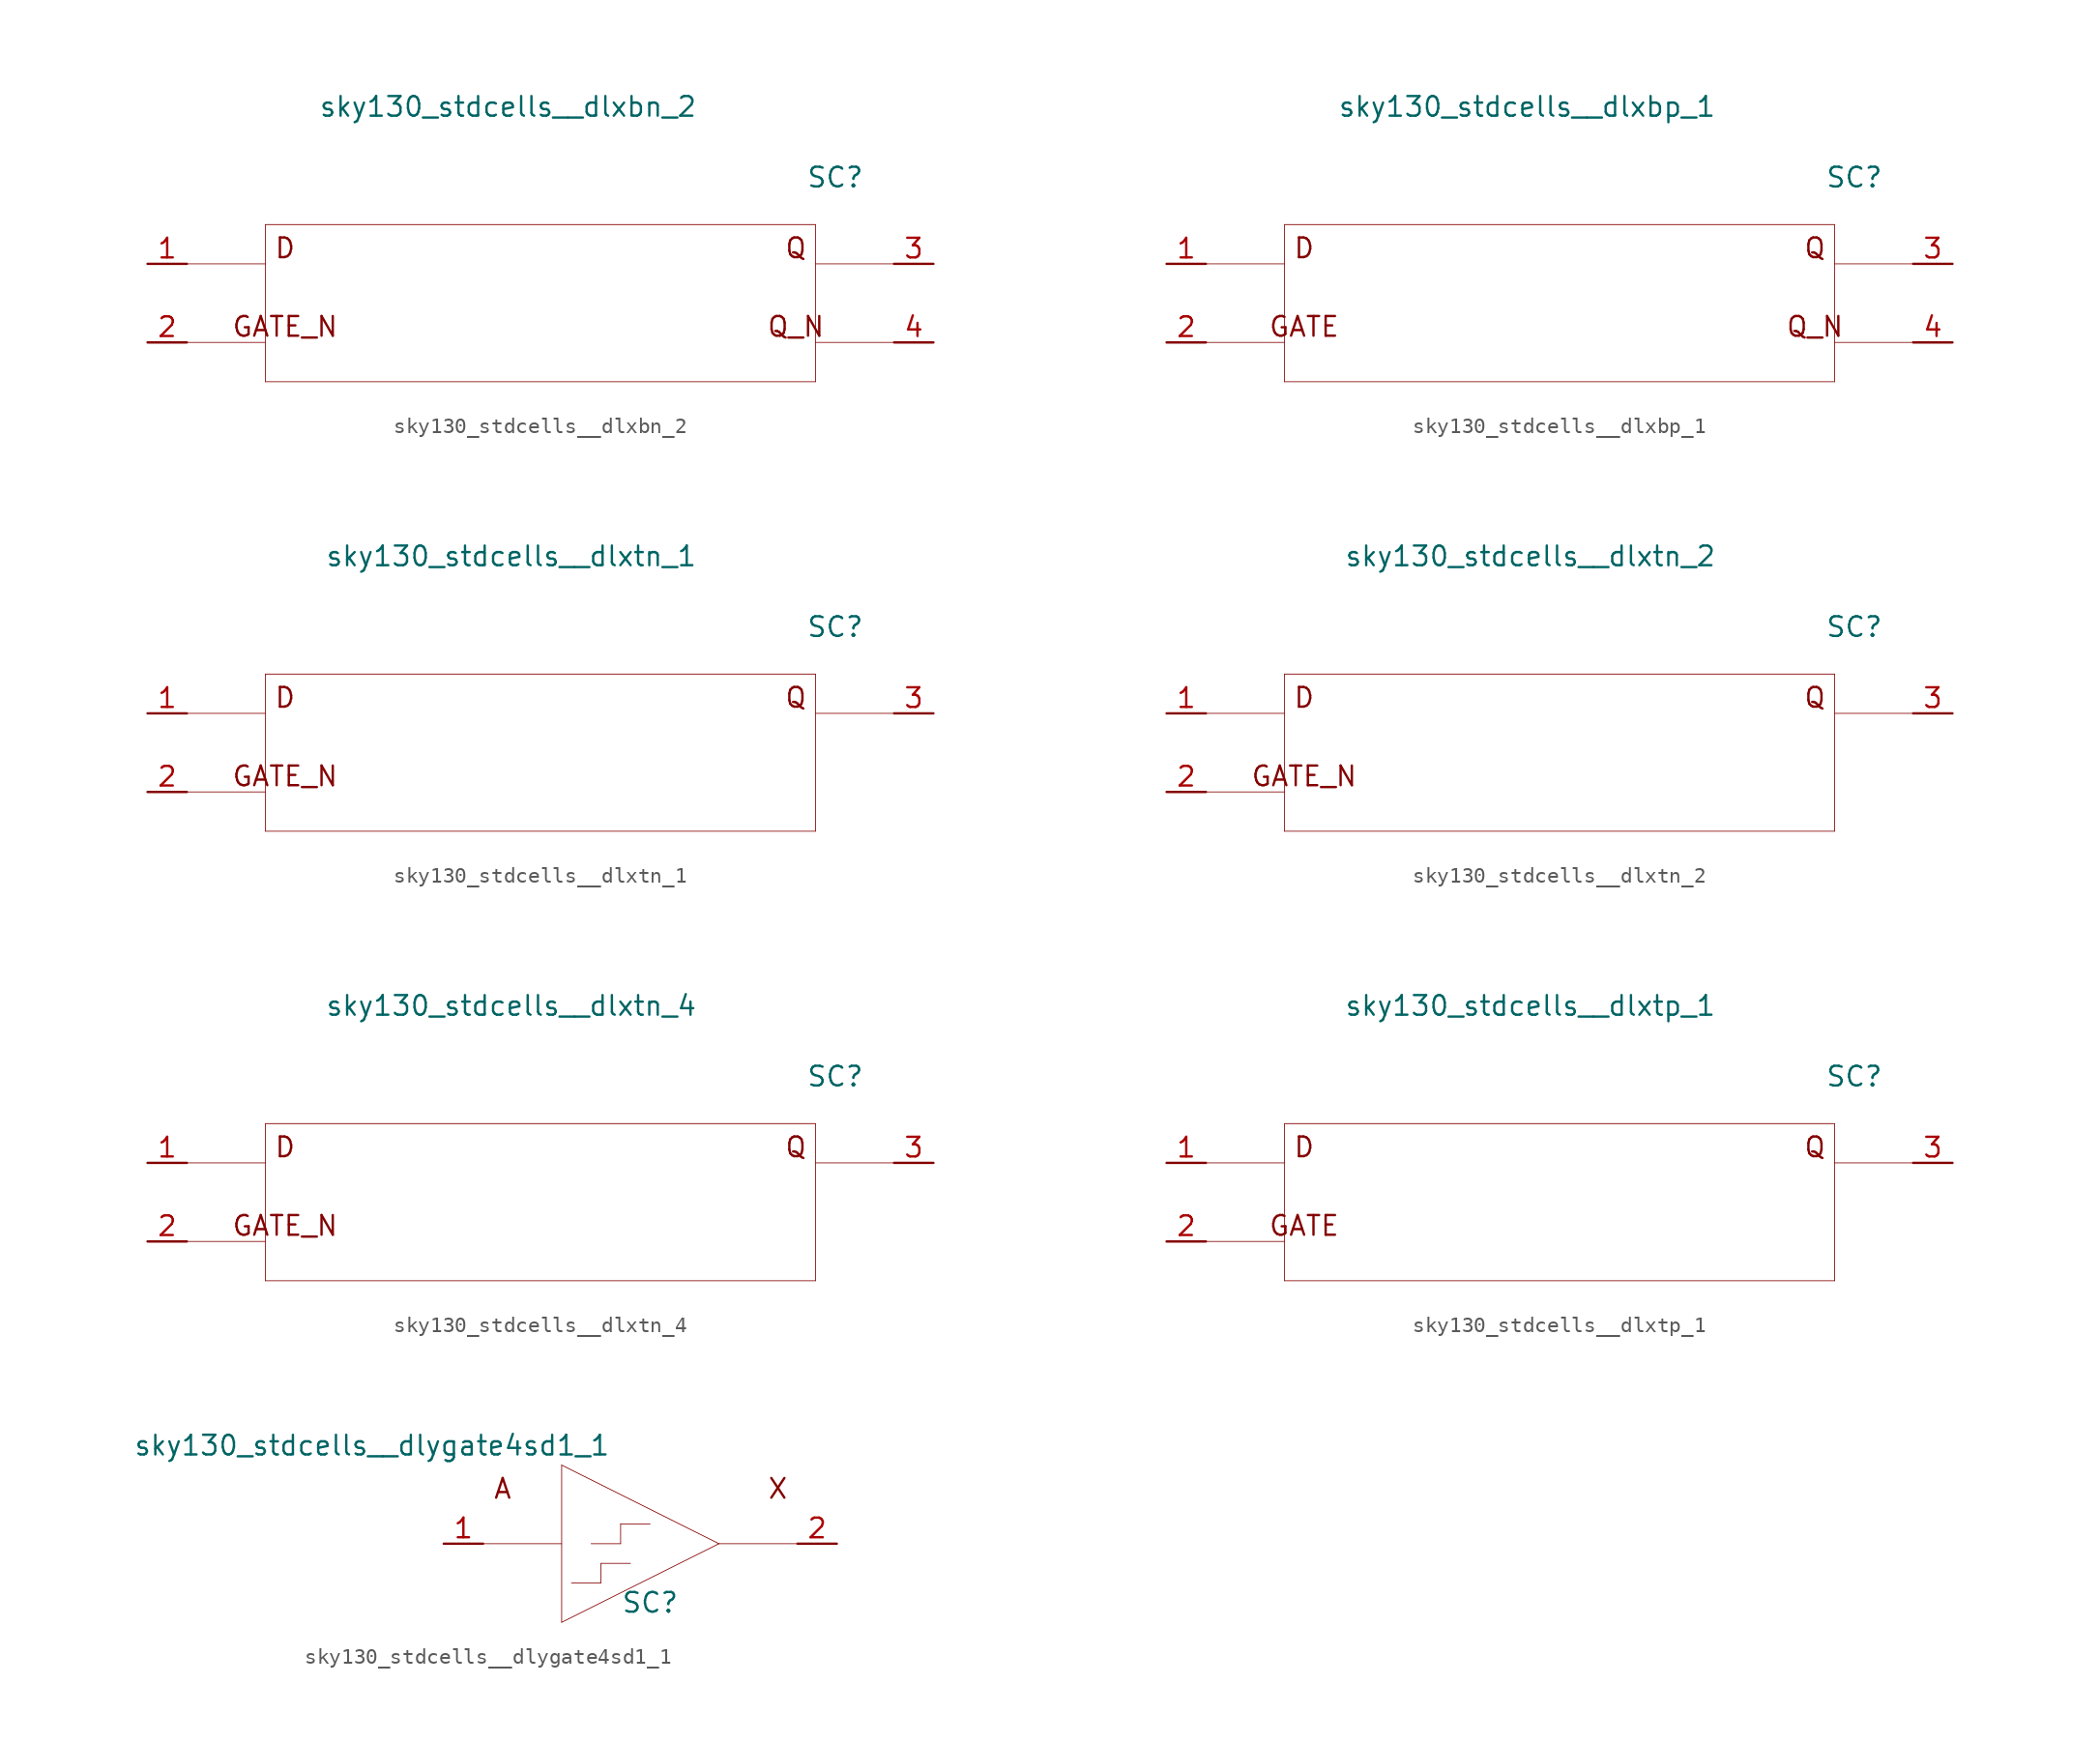
<source format=kicad_sym>
(kicad_symbol_lib
  (version 20211014)
  (generator kicad_symbol_editor)
  (symbol "sky130_stdcells__dlxbn_2"
    (pin_names hide)
    (property "Reference" "SC"
      (at 19.05 8.128 0)
      (effects (font (size 1.27 1.27))))
    (property "Value" "sky130_stdcells__dlxbn_2"
      (at 10.16 12.7 0)
      (effects (font (size 1.27 1.27)) (justify right)))
    (symbol "sky130_stdcells__dlxbn_2_0_0"
      (polyline (pts (xy -22.86 -2.54) (xy -17.78 -2.54)) (stroke (width 0.051) (type default) (color 0 0 0 0)) (fill (type none)))
      (polyline (pts (xy -22.86 2.54) (xy -17.78 2.54)) (stroke (width 0.051) (type default) (color 0 0 0 0)) (fill (type none)))
      (polyline (pts (xy -17.78 -5.08) (xy 17.78 -5.08)) (stroke (width 0.051) (type default) (color 0 0 0 0)) (fill (type none)))
      (polyline (pts (xy -17.78 5.08) (xy -17.78 -5.08)) (stroke (width 0.051) (type default) (color 0 0 0 0)) (fill (type none)))
      (polyline (pts (xy -17.78 5.08) (xy 17.78 5.08)) (stroke (width 0.051) (type default) (color 0 0 0 0)) (fill (type none)))
      (polyline (pts (xy 17.78 -2.54) (xy 22.86 -2.54)) (stroke (width 0.051) (type default) (color 0 0 0 0)) (fill (type none)))
      (polyline (pts (xy 17.78 2.54) (xy 22.86 2.54)) (stroke (width 0.051) (type default) (color 0 0 0 0)) (fill (type none)))
      (polyline (pts (xy 17.78 5.08) (xy 17.78 -5.08)) (stroke (width 0.051) (type default) (color 0 0 0 0)) (fill (type none)))
      (text "D" (at -16.51 3.556 0) (effects (font (size 1.27 1.27))))
      (text "GATE_N" (at -16.51 -1.524 0) (effects (font (size 1.27 1.27))))
      (text "Q" (at 16.51 3.556 0) (effects (font (size 1.27 1.27))))
      (text "Q_N" (at 16.51 -1.524 0) (effects (font (size 1.27 1.27)))))
    (symbol "sky130_stdcells__dlxbn_2_1_1"
      (pin input line (at -25.4 2.54 0) (length 2.54) (name "D" (effects (font (size 1.092 1.092)))) (number "1" (effects (font (size 1.27 1.27)))))
      (pin input line (at -25.4 -2.54 0) (length 2.54) (name "GATE_N" (effects (font (size 1.092 1.092)))) (number "2" (effects (font (size 1.27 1.27)))))
      (pin output line (at 25.4 2.54 180) (length 2.54) (name "Q" (effects (font (size 1.092 1.092)))) (number "3" (effects (font (size 1.27 1.27)))))
      (pin output line (at 25.4 -2.54 180) (length 2.54) (name "Q_N" (effects (font (size 1.092 1.092)))) (number "4" (effects (font (size 1.27 1.27)))))))
  (symbol "sky130_stdcells__dlxbp_1"
    (pin_names hide)
    (property "Reference" "SC"
      (at 19.05 8.128 0)
      (effects (font (size 1.27 1.27))))
    (property "Value" "sky130_stdcells__dlxbp_1"
      (at 10.16 12.7 0)
      (effects (font (size 1.27 1.27)) (justify right)))
    (symbol "sky130_stdcells__dlxbp_1_0_0"
      (polyline (pts (xy -22.86 -2.54) (xy -17.78 -2.54)) (stroke (width 0.051) (type default) (color 0 0 0 0)) (fill (type none)))
      (polyline (pts (xy -22.86 2.54) (xy -17.78 2.54)) (stroke (width 0.051) (type default) (color 0 0 0 0)) (fill (type none)))
      (polyline (pts (xy -17.78 -5.08) (xy 17.78 -5.08)) (stroke (width 0.051) (type default) (color 0 0 0 0)) (fill (type none)))
      (polyline (pts (xy -17.78 5.08) (xy -17.78 -5.08)) (stroke (width 0.051) (type default) (color 0 0 0 0)) (fill (type none)))
      (polyline (pts (xy -17.78 5.08) (xy 17.78 5.08)) (stroke (width 0.051) (type default) (color 0 0 0 0)) (fill (type none)))
      (polyline (pts (xy 17.78 -2.54) (xy 22.86 -2.54)) (stroke (width 0.051) (type default) (color 0 0 0 0)) (fill (type none)))
      (polyline (pts (xy 17.78 2.54) (xy 22.86 2.54)) (stroke (width 0.051) (type default) (color 0 0 0 0)) (fill (type none)))
      (polyline (pts (xy 17.78 5.08) (xy 17.78 -5.08)) (stroke (width 0.051) (type default) (color 0 0 0 0)) (fill (type none)))
      (text "D" (at -16.51 3.556 0) (effects (font (size 1.27 1.27))))
      (text "GATE" (at -16.51 -1.524 0) (effects (font (size 1.27 1.27))))
      (text "Q" (at 16.51 3.556 0) (effects (font (size 1.27 1.27))))
      (text "Q_N" (at 16.51 -1.524 0) (effects (font (size 1.27 1.27)))))
    (symbol "sky130_stdcells__dlxbp_1_1_1"
      (pin input line (at -25.4 2.54 0) (length 2.54) (name "D" (effects (font (size 1.092 1.092)))) (number "1" (effects (font (size 1.27 1.27)))))
      (pin input line (at -25.4 -2.54 0) (length 2.54) (name "GATE" (effects (font (size 1.092 1.092)))) (number "2" (effects (font (size 1.27 1.27)))))
      (pin output line (at 25.4 2.54 180) (length 2.54) (name "Q" (effects (font (size 1.092 1.092)))) (number "3" (effects (font (size 1.27 1.27)))))
      (pin output line (at 25.4 -2.54 180) (length 2.54) (name "Q_N" (effects (font (size 1.092 1.092)))) (number "4" (effects (font (size 1.27 1.27)))))))
  (symbol "sky130_stdcells__dlxtn_1"
    (pin_names hide)
    (property "Reference" "SC"
      (at 19.05 8.128 0)
      (effects (font (size 1.27 1.27))))
    (property "Value" "sky130_stdcells__dlxtn_1"
      (at 10.16 12.7 0)
      (effects (font (size 1.27 1.27)) (justify right)))
    (symbol "sky130_stdcells__dlxtn_1_0_0"
      (polyline (pts (xy -22.86 -2.54) (xy -17.78 -2.54)) (stroke (width 0.051) (type default) (color 0 0 0 0)) (fill (type none)))
      (polyline (pts (xy -22.86 2.54) (xy -17.78 2.54)) (stroke (width 0.051) (type default) (color 0 0 0 0)) (fill (type none)))
      (polyline (pts (xy -17.78 -5.08) (xy 17.78 -5.08)) (stroke (width 0.051) (type default) (color 0 0 0 0)) (fill (type none)))
      (polyline (pts (xy -17.78 5.08) (xy -17.78 -5.08)) (stroke (width 0.051) (type default) (color 0 0 0 0)) (fill (type none)))
      (polyline (pts (xy -17.78 5.08) (xy 17.78 5.08)) (stroke (width 0.051) (type default) (color 0 0 0 0)) (fill (type none)))
      (polyline (pts (xy 17.78 2.54) (xy 22.86 2.54)) (stroke (width 0.051) (type default) (color 0 0 0 0)) (fill (type none)))
      (polyline (pts (xy 17.78 5.08) (xy 17.78 -5.08)) (stroke (width 0.051) (type default) (color 0 0 0 0)) (fill (type none)))
      (text "D" (at -16.51 3.556 0) (effects (font (size 1.27 1.27))))
      (text "GATE_N" (at -16.51 -1.524 0) (effects (font (size 1.27 1.27))))
      (text "Q" (at 16.51 3.556 0) (effects (font (size 1.27 1.27)))))
    (symbol "sky130_stdcells__dlxtn_1_1_1"
      (pin input line (at -25.4 2.54 0) (length 2.54) (name "D" (effects (font (size 1.092 1.092)))) (number "1" (effects (font (size 1.27 1.27)))))
      (pin input line (at -25.4 -2.54 0) (length 2.54) (name "GATE_N" (effects (font (size 1.092 1.092)))) (number "2" (effects (font (size 1.27 1.27)))))
      (pin output line (at 25.4 2.54 180) (length 2.54) (name "Q" (effects (font (size 1.092 1.092)))) (number "3" (effects (font (size 1.27 1.27)))))))
  (symbol "sky130_stdcells__dlxtn_2"
    (pin_names hide)
    (property "Reference" "SC"
      (at 19.05 8.128 0)
      (effects (font (size 1.27 1.27))))
    (property "Value" "sky130_stdcells__dlxtn_2"
      (at 10.16 12.7 0)
      (effects (font (size 1.27 1.27)) (justify right)))
    (symbol "sky130_stdcells__dlxtn_2_0_0"
      (polyline (pts (xy -22.86 -2.54) (xy -17.78 -2.54)) (stroke (width 0.051) (type default) (color 0 0 0 0)) (fill (type none)))
      (polyline (pts (xy -22.86 2.54) (xy -17.78 2.54)) (stroke (width 0.051) (type default) (color 0 0 0 0)) (fill (type none)))
      (polyline (pts (xy -17.78 -5.08) (xy 17.78 -5.08)) (stroke (width 0.051) (type default) (color 0 0 0 0)) (fill (type none)))
      (polyline (pts (xy -17.78 5.08) (xy -17.78 -5.08)) (stroke (width 0.051) (type default) (color 0 0 0 0)) (fill (type none)))
      (polyline (pts (xy -17.78 5.08) (xy 17.78 5.08)) (stroke (width 0.051) (type default) (color 0 0 0 0)) (fill (type none)))
      (polyline (pts (xy 17.78 2.54) (xy 22.86 2.54)) (stroke (width 0.051) (type default) (color 0 0 0 0)) (fill (type none)))
      (polyline (pts (xy 17.78 5.08) (xy 17.78 -5.08)) (stroke (width 0.051) (type default) (color 0 0 0 0)) (fill (type none)))
      (text "D" (at -16.51 3.556 0) (effects (font (size 1.27 1.27))))
      (text "GATE_N" (at -16.51 -1.524 0) (effects (font (size 1.27 1.27))))
      (text "Q" (at 16.51 3.556 0) (effects (font (size 1.27 1.27)))))
    (symbol "sky130_stdcells__dlxtn_2_1_1"
      (pin input line (at -25.4 2.54 0) (length 2.54) (name "D" (effects (font (size 1.092 1.092)))) (number "1" (effects (font (size 1.27 1.27)))))
      (pin input line (at -25.4 -2.54 0) (length 2.54) (name "GATE_N" (effects (font (size 1.092 1.092)))) (number "2" (effects (font (size 1.27 1.27)))))
      (pin output line (at 25.4 2.54 180) (length 2.54) (name "Q" (effects (font (size 1.092 1.092)))) (number "3" (effects (font (size 1.27 1.27)))))))
  (symbol "sky130_stdcells__dlxtn_4"
    (pin_names hide)
    (property "Reference" "SC"
      (at 19.05 8.128 0)
      (effects (font (size 1.27 1.27))))
    (property "Value" "sky130_stdcells__dlxtn_4"
      (at 10.16 12.7 0)
      (effects (font (size 1.27 1.27)) (justify right)))
    (symbol "sky130_stdcells__dlxtn_4_0_0"
      (polyline (pts (xy -22.86 -2.54) (xy -17.78 -2.54)) (stroke (width 0.051) (type default) (color 0 0 0 0)) (fill (type none)))
      (polyline (pts (xy -22.86 2.54) (xy -17.78 2.54)) (stroke (width 0.051) (type default) (color 0 0 0 0)) (fill (type none)))
      (polyline (pts (xy -17.78 -5.08) (xy 17.78 -5.08)) (stroke (width 0.051) (type default) (color 0 0 0 0)) (fill (type none)))
      (polyline (pts (xy -17.78 5.08) (xy -17.78 -5.08)) (stroke (width 0.051) (type default) (color 0 0 0 0)) (fill (type none)))
      (polyline (pts (xy -17.78 5.08) (xy 17.78 5.08)) (stroke (width 0.051) (type default) (color 0 0 0 0)) (fill (type none)))
      (polyline (pts (xy 17.78 2.54) (xy 22.86 2.54)) (stroke (width 0.051) (type default) (color 0 0 0 0)) (fill (type none)))
      (polyline (pts (xy 17.78 5.08) (xy 17.78 -5.08)) (stroke (width 0.051) (type default) (color 0 0 0 0)) (fill (type none)))
      (text "D" (at -16.51 3.556 0) (effects (font (size 1.27 1.27))))
      (text "GATE_N" (at -16.51 -1.524 0) (effects (font (size 1.27 1.27))))
      (text "Q" (at 16.51 3.556 0) (effects (font (size 1.27 1.27)))))
    (symbol "sky130_stdcells__dlxtn_4_1_1"
      (pin input line (at -25.4 2.54 0) (length 2.54) (name "D" (effects (font (size 1.092 1.092)))) (number "1" (effects (font (size 1.27 1.27)))))
      (pin input line (at -25.4 -2.54 0) (length 2.54) (name "GATE_N" (effects (font (size 1.092 1.092)))) (number "2" (effects (font (size 1.27 1.27)))))
      (pin output line (at 25.4 2.54 180) (length 2.54) (name "Q" (effects (font (size 1.092 1.092)))) (number "3" (effects (font (size 1.27 1.27)))))))
  (symbol "sky130_stdcells__dlxtp_1"
    (pin_names hide)
    (property "Reference" "SC"
      (at 19.05 8.128 0)
      (effects (font (size 1.27 1.27))))
    (property "Value" "sky130_stdcells__dlxtp_1"
      (at 10.16 12.7 0)
      (effects (font (size 1.27 1.27)) (justify right)))
    (symbol "sky130_stdcells__dlxtp_1_0_0"
      (polyline (pts (xy -22.86 -2.54) (xy -17.78 -2.54)) (stroke (width 0.051) (type default) (color 0 0 0 0)) (fill (type none)))
      (polyline (pts (xy -22.86 2.54) (xy -17.78 2.54)) (stroke (width 0.051) (type default) (color 0 0 0 0)) (fill (type none)))
      (polyline (pts (xy -17.78 -5.08) (xy 17.78 -5.08)) (stroke (width 0.051) (type default) (color 0 0 0 0)) (fill (type none)))
      (polyline (pts (xy -17.78 5.08) (xy -17.78 -5.08)) (stroke (width 0.051) (type default) (color 0 0 0 0)) (fill (type none)))
      (polyline (pts (xy -17.78 5.08) (xy 17.78 5.08)) (stroke (width 0.051) (type default) (color 0 0 0 0)) (fill (type none)))
      (polyline (pts (xy 17.78 2.54) (xy 22.86 2.54)) (stroke (width 0.051) (type default) (color 0 0 0 0)) (fill (type none)))
      (polyline (pts (xy 17.78 5.08) (xy 17.78 -5.08)) (stroke (width 0.051) (type default) (color 0 0 0 0)) (fill (type none)))
      (text "D" (at -16.51 3.556 0) (effects (font (size 1.27 1.27))))
      (text "GATE" (at -16.51 -1.524 0) (effects (font (size 1.27 1.27))))
      (text "Q" (at 16.51 3.556 0) (effects (font (size 1.27 1.27)))))
    (symbol "sky130_stdcells__dlxtp_1_1_1"
      (pin input line (at -25.4 2.54 0) (length 2.54) (name "D" (effects (font (size 1.092 1.092)))) (number "1" (effects (font (size 1.27 1.27)))))
      (pin input line (at -25.4 -2.54 0) (length 2.54) (name "GATE" (effects (font (size 1.092 1.092)))) (number "2" (effects (font (size 1.27 1.27)))))
      (pin output line (at 25.4 2.54 180) (length 2.54) (name "Q" (effects (font (size 1.092 1.092)))) (number "3" (effects (font (size 1.27 1.27)))))))
  (symbol "sky130_stdcells__dlygate4sd1_1"
    (pin_names hide)
    (property "Reference" "SC"
      (at 0.635 -3.81 0)
      (effects (font (size 1.27 1.27))))
    (property "Value" "sky130_stdcells__dlygate4sd1_1"
      (at -1.905 6.35 0)
      (effects (font (size 1.27 1.27)) (justify right)))
    (symbol "sky130_stdcells__dlygate4sd1_1_0_0"
      (polyline (pts (xy -10.16 0) (xy -5.08 0)) (stroke (width 0.051) (type default) (color 0 0 0 0)) (fill (type none)))
      (polyline (pts (xy -5.08 -5.08) (xy 5.08 0)) (stroke (width 0.051) (type default) (color 0 0 0 0)) (fill (type none)))
      (polyline (pts (xy -5.08 5.08) (xy -5.08 -5.08)) (stroke (width 0.051) (type default) (color 0 0 0 0)) (fill (type none)))
      (polyline (pts (xy -5.08 5.08) (xy 5.08 0)) (stroke (width 0.051) (type default) (color 0 0 0 0)) (fill (type none)))
      (polyline (pts (xy -4.445 -2.54) (xy -2.54 -2.54)) (stroke (width 0.051) (type default) (color 0 0 0 0)) (fill (type none)))
      (polyline (pts (xy -3.175 0) (xy -1.27 0)) (stroke (width 0.051) (type default) (color 0 0 0 0)) (fill (type none)))
      (polyline (pts (xy -2.54 -1.27) (xy -2.54 -2.54)) (stroke (width 0.051) (type default) (color 0 0 0 0)) (fill (type none)))
      (polyline (pts (xy -2.54 -1.27) (xy -0.635 -1.27)) (stroke (width 0.051) (type default) (color 0 0 0 0)) (fill (type none)))
      (polyline (pts (xy -1.27 1.27) (xy -1.27 0)) (stroke (width 0.051) (type default) (color 0 0 0 0)) (fill (type none)))
      (polyline (pts (xy -1.27 1.27) (xy 0.635 1.27)) (stroke (width 0.051) (type default) (color 0 0 0 0)) (fill (type none)))
      (polyline (pts (xy 5.08 0) (xy 10.16 0)) (stroke (width 0.051) (type default) (color 0 0 0 0)) (fill (type none)))
      (text "A" (at -8.89 3.556 0) (effects (font (size 1.27 1.27))))
      (text "X" (at 8.89 3.556 0) (effects (font (size 1.27 1.27)))))
    (symbol "sky130_stdcells__dlygate4sd1_1_1_1"
      (pin input line (at -12.7 0 0) (length 2.54) (name "A" (effects (font (size 1.092 1.092)))) (number "1" (effects (font (size 1.27 1.27)))))
      (pin output line (at 12.7 0 180) (length 2.54) (name "X" (effects (font (size 1.092 1.092)))) (number "2" (effects (font (size 1.27 1.27))))))))
</source>
